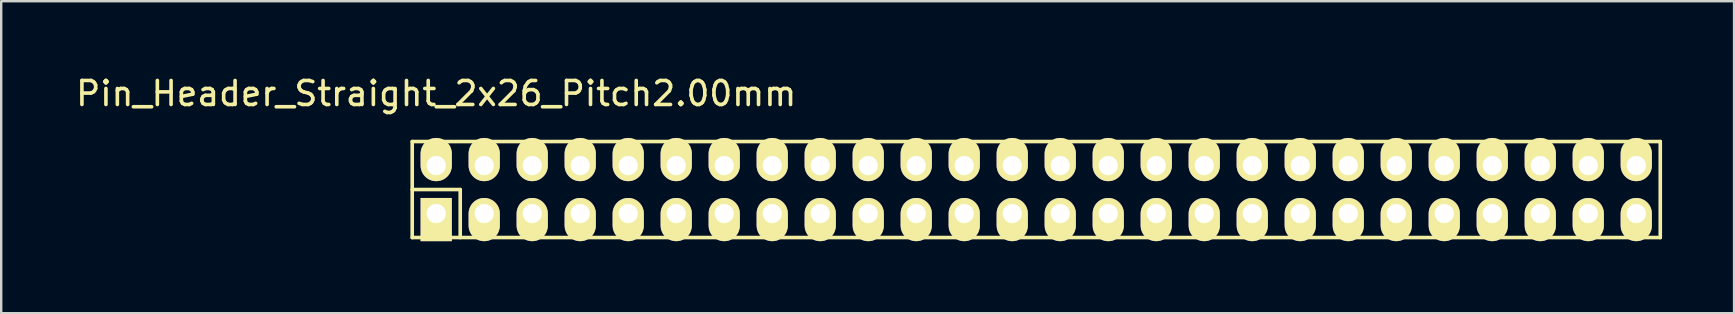
<source format=kicad_pcb>
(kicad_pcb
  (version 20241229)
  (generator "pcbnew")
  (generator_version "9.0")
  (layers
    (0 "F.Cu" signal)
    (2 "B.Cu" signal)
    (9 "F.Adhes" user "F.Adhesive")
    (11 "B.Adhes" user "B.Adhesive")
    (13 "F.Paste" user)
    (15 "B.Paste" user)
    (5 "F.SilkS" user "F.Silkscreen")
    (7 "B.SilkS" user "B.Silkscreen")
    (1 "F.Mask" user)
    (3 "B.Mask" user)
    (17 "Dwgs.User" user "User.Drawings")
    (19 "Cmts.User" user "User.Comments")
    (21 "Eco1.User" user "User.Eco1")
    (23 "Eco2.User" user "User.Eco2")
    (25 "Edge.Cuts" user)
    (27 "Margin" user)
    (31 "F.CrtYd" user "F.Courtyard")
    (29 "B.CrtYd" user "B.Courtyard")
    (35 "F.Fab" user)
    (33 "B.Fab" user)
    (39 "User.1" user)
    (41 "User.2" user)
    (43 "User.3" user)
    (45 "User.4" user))
  (footprint "Pin_Header_Straight_2x26_Pitch2.00mm"
    (layer "F.Cu")
    (at 15.125 5.848)
    (property "Reference" "Pin_Header_Straight_2x26_Pitch2.00mm" (at 0 -5 0) (layer "F.SilkS") (effects (font (size 1 1) (thickness 0.15))))
    (attr through_hole)
    (fp_line (start -1 -3) (end 51 -3) (stroke (width 0.15) (type solid)) (layer "F.SilkS"))
    (fp_line (start -1 -1) (end 1 -1) (stroke (width 0.15) (type solid)) (layer "F.SilkS"))
    (fp_line (start -1 1) (end -1 -3) (stroke (width 0.15) (type solid)) (layer "F.SilkS"))
    (fp_line (start 1 -1) (end 1 1) (stroke (width 0.15) (type solid)) (layer "F.SilkS"))
    (fp_line (start 51 -3) (end 51 1) (stroke (width 0.15) (type solid)) (layer "F.SilkS"))
    (fp_line (start 51 1) (end -1 1) (stroke (width 0.15) (type solid)) (layer "F.SilkS"))
    (pad "1" thru_hole rect (at 0 0) (size 1.3 1.8) (drill 0.8 (offset 0 0.25)) (layers "*.Cu" "*.Mask" "F.SilkS"))
    (pad "2" thru_hole oval (at 0 -2) (size 1.3 1.8) (drill 0.8 (offset 0 -0.25)) (layers "*.Cu" "*.Mask" "F.SilkS"))
    (pad "3" thru_hole oval (at 2 0) (size 1.3 1.8) (drill 0.8 (offset 0 0.25)) (layers "*.Cu" "*.Mask" "F.SilkS"))
    (pad "4" thru_hole oval (at 2 -2) (size 1.3 1.8) (drill 0.8 (offset 0 -0.25)) (layers "*.Cu" "*.Mask" "F.SilkS"))
    (pad "5" thru_hole oval (at 4 0) (size 1.3 1.8) (drill 0.8 (offset 0 0.25)) (layers "*.Cu" "*.Mask" "F.SilkS"))
    (pad "6" thru_hole oval (at 4 -2) (size 1.3 1.8) (drill 0.8 (offset 0 -0.25)) (layers "*.Cu" "*.Mask" "F.SilkS"))
    (pad "7" thru_hole oval (at 6 0) (size 1.3 1.8) (drill 0.8 (offset 0 0.25)) (layers "*.Cu" "*.Mask" "F.SilkS"))
    (pad "8" thru_hole oval (at 6 -2) (size 1.3 1.8) (drill 0.8 (offset 0 -0.25)) (layers "*.Cu" "*.Mask" "F.SilkS"))
    (pad "9" thru_hole oval (at 8 0) (size 1.3 1.8) (drill 0.8 (offset 0 0.25)) (layers "*.Cu" "*.Mask" "F.SilkS"))
    (pad "10" thru_hole oval (at 8 -2) (size 1.3 1.8) (drill 0.8 (offset 0 -0.25)) (layers "*.Cu" "*.Mask" "F.SilkS"))
    (pad "11" thru_hole oval (at 10 0) (size 1.3 1.8) (drill 0.8 (offset 0 0.25)) (layers "*.Cu" "*.Mask" "F.SilkS"))
    (pad "12" thru_hole oval (at 10 -2) (size 1.3 1.8) (drill 0.8 (offset 0 -0.25)) (layers "*.Cu" "*.Mask" "F.SilkS"))
    (pad "13" thru_hole oval (at 12 0) (size 1.3 1.8) (drill 0.8 (offset 0 0.25)) (layers "*.Cu" "*.Mask" "F.SilkS"))
    (pad "14" thru_hole oval (at 12 -2) (size 1.3 1.8) (drill 0.8 (offset 0 -0.25)) (layers "*.Cu" "*.Mask" "F.SilkS"))
    (pad "15" thru_hole oval (at 14 0) (size 1.3 1.8) (drill 0.8 (offset 0 0.25)) (layers "*.Cu" "*.Mask" "F.SilkS"))
    (pad "16" thru_hole oval (at 14 -2) (size 1.3 1.8) (drill 0.8 (offset 0 -0.25)) (layers "*.Cu" "*.Mask" "F.SilkS"))
    (pad "17" thru_hole oval (at 16 0) (size 1.3 1.8) (drill 0.8 (offset 0 0.25)) (layers "*.Cu" "*.Mask" "F.SilkS"))
    (pad "18" thru_hole oval (at 16 -2) (size 1.3 1.8) (drill 0.8 (offset 0 -0.25)) (layers "*.Cu" "*.Mask" "F.SilkS"))
    (pad "19" thru_hole oval (at 18 0) (size 1.3 1.8) (drill 0.8 (offset 0 0.25)) (layers "*.Cu" "*.Mask" "F.SilkS"))
    (pad "20" thru_hole oval (at 18 -2) (size 1.3 1.8) (drill 0.8 (offset 0 -0.25)) (layers "*.Cu" "*.Mask" "F.SilkS"))
    (pad "21" thru_hole oval (at 20 0) (size 1.3 1.8) (drill 0.8 (offset 0 0.25)) (layers "*.Cu" "*.Mask" "F.SilkS"))
    (pad "22" thru_hole oval (at 20 -2) (size 1.3 1.8) (drill 0.8 (offset 0 -0.25)) (layers "*.Cu" "*.Mask" "F.SilkS"))
    (pad "23" thru_hole oval (at 22 0) (size 1.3 1.8) (drill 0.8 (offset 0 0.25)) (layers "*.Cu" "*.Mask" "F.SilkS"))
    (pad "24" thru_hole oval (at 22 -2) (size 1.3 1.8) (drill 0.8 (offset 0 -0.25)) (layers "*.Cu" "*.Mask" "F.SilkS"))
    (pad "25" thru_hole oval (at 24 0) (size 1.3 1.8) (drill 0.8 (offset 0 0.25)) (layers "*.Cu" "*.Mask" "F.SilkS"))
    (pad "26" thru_hole oval (at 24 -2) (size 1.3 1.8) (drill 0.8 (offset 0 -0.25)) (layers "*.Cu" "*.Mask" "F.SilkS"))
    (pad "27" thru_hole oval (at 26 0) (size 1.3 1.8) (drill 0.8 (offset 0 0.25)) (layers "*.Cu" "*.Mask" "F.SilkS"))
    (pad "28" thru_hole oval (at 26 -2) (size 1.3 1.8) (drill 0.8 (offset 0 -0.25)) (layers "*.Cu" "*.Mask" "F.SilkS"))
    (pad "29" thru_hole oval (at 28 0) (size 1.3 1.8) (drill 0.8 (offset 0 0.25)) (layers "*.Cu" "*.Mask" "F.SilkS"))
    (pad "30" thru_hole oval (at 28 -2) (size 1.3 1.8) (drill 0.8 (offset 0 -0.25)) (layers "*.Cu" "*.Mask" "F.SilkS"))
    (pad "31" thru_hole oval (at 30 0) (size 1.3 1.8) (drill 0.8 (offset 0 0.25)) (layers "*.Cu" "*.Mask" "F.SilkS"))
    (pad "32" thru_hole oval (at 30 -2) (size 1.3 1.8) (drill 0.8 (offset 0 -0.25)) (layers "*.Cu" "*.Mask" "F.SilkS"))
    (pad "33" thru_hole oval (at 32 0) (size 1.3 1.8) (drill 0.8 (offset 0 0.25)) (layers "*.Cu" "*.Mask" "F.SilkS"))
    (pad "34" thru_hole oval (at 32 -2) (size 1.3 1.8) (drill 0.8 (offset 0 -0.25)) (layers "*.Cu" "*.Mask" "F.SilkS"))
    (pad "35" thru_hole oval (at 34 0) (size 1.3 1.8) (drill 0.8 (offset 0 0.25)) (layers "*.Cu" "*.Mask" "F.SilkS"))
    (pad "36" thru_hole oval (at 34 -2) (size 1.3 1.8) (drill 0.8 (offset 0 -0.25)) (layers "*.Cu" "*.Mask" "F.SilkS"))
    (pad "37" thru_hole oval (at 36 0) (size 1.3 1.8) (drill 0.8 (offset 0 0.25)) (layers "*.Cu" "*.Mask" "F.SilkS"))
    (pad "38" thru_hole oval (at 36 -2) (size 1.3 1.8) (drill 0.8 (offset 0 -0.25)) (layers "*.Cu" "*.Mask" "F.SilkS"))
    (pad "39" thru_hole oval (at 38 0) (size 1.3 1.8) (drill 0.8 (offset 0 0.25)) (layers "*.Cu" "*.Mask" "F.SilkS"))
    (pad "40" thru_hole oval (at 38 -2) (size 1.3 1.8) (drill 0.8 (offset 0 -0.25)) (layers "*.Cu" "*.Mask" "F.SilkS"))
    (pad "41" thru_hole oval (at 40 0) (size 1.3 1.8) (drill 0.8 (offset 0 0.25)) (layers "*.Cu" "*.Mask" "F.SilkS"))
    (pad "42" thru_hole oval (at 40 -2) (size 1.3 1.8) (drill 0.8 (offset 0 -0.25)) (layers "*.Cu" "*.Mask" "F.SilkS"))
    (pad "43" thru_hole oval (at 42 0) (size 1.3 1.8) (drill 0.8 (offset 0 0.25)) (layers "*.Cu" "*.Mask" "F.SilkS"))
    (pad "44" thru_hole oval (at 42 -2) (size 1.3 1.8) (drill 0.8 (offset 0 -0.25)) (layers "*.Cu" "*.Mask" "F.SilkS"))
    (pad "45" thru_hole oval (at 44 0) (size 1.3 1.8) (drill 0.8 (offset 0 0.25)) (layers "*.Cu" "*.Mask" "F.SilkS"))
    (pad "46" thru_hole oval (at 44 -2) (size 1.3 1.8) (drill 0.8 (offset 0 -0.25)) (layers "*.Cu" "*.Mask" "F.SilkS"))
    (pad "47" thru_hole oval (at 46 0) (size 1.3 1.8) (drill 0.8 (offset 0 0.25)) (layers "*.Cu" "*.Mask" "F.SilkS"))
    (pad "48" thru_hole oval (at 46 -2) (size 1.3 1.8) (drill 0.8 (offset 0 -0.25)) (layers "*.Cu" "*.Mask" "F.SilkS"))
    (pad "49" thru_hole oval (at 48 0) (size 1.3 1.8) (drill 0.8 (offset 0 0.25)) (layers "*.Cu" "*.Mask" "F.SilkS"))
    (pad "50" thru_hole oval (at 48 -2) (size 1.3 1.8) (drill 0.8 (offset 0 -0.25)) (layers "*.Cu" "*.Mask" "F.SilkS"))
    (pad "51" thru_hole oval (at 50 0) (size 1.3 1.8) (drill 0.8 (offset 0 0.25)) (layers "*.Cu" "*.Mask" "F.SilkS"))
    (pad "52" thru_hole oval (at 50 -2) (size 1.3 1.8) (drill 0.8 (offset 0 -0.25)) (layers "*.Cu" "*.Mask" "F.SilkS")))
  (gr_rect
    (start -3 -3)
    (end 69.2 9.998)
    (stroke (width 0.1) (type default))
    (fill no)
    (layer "Edge.Cuts")))
</source>
